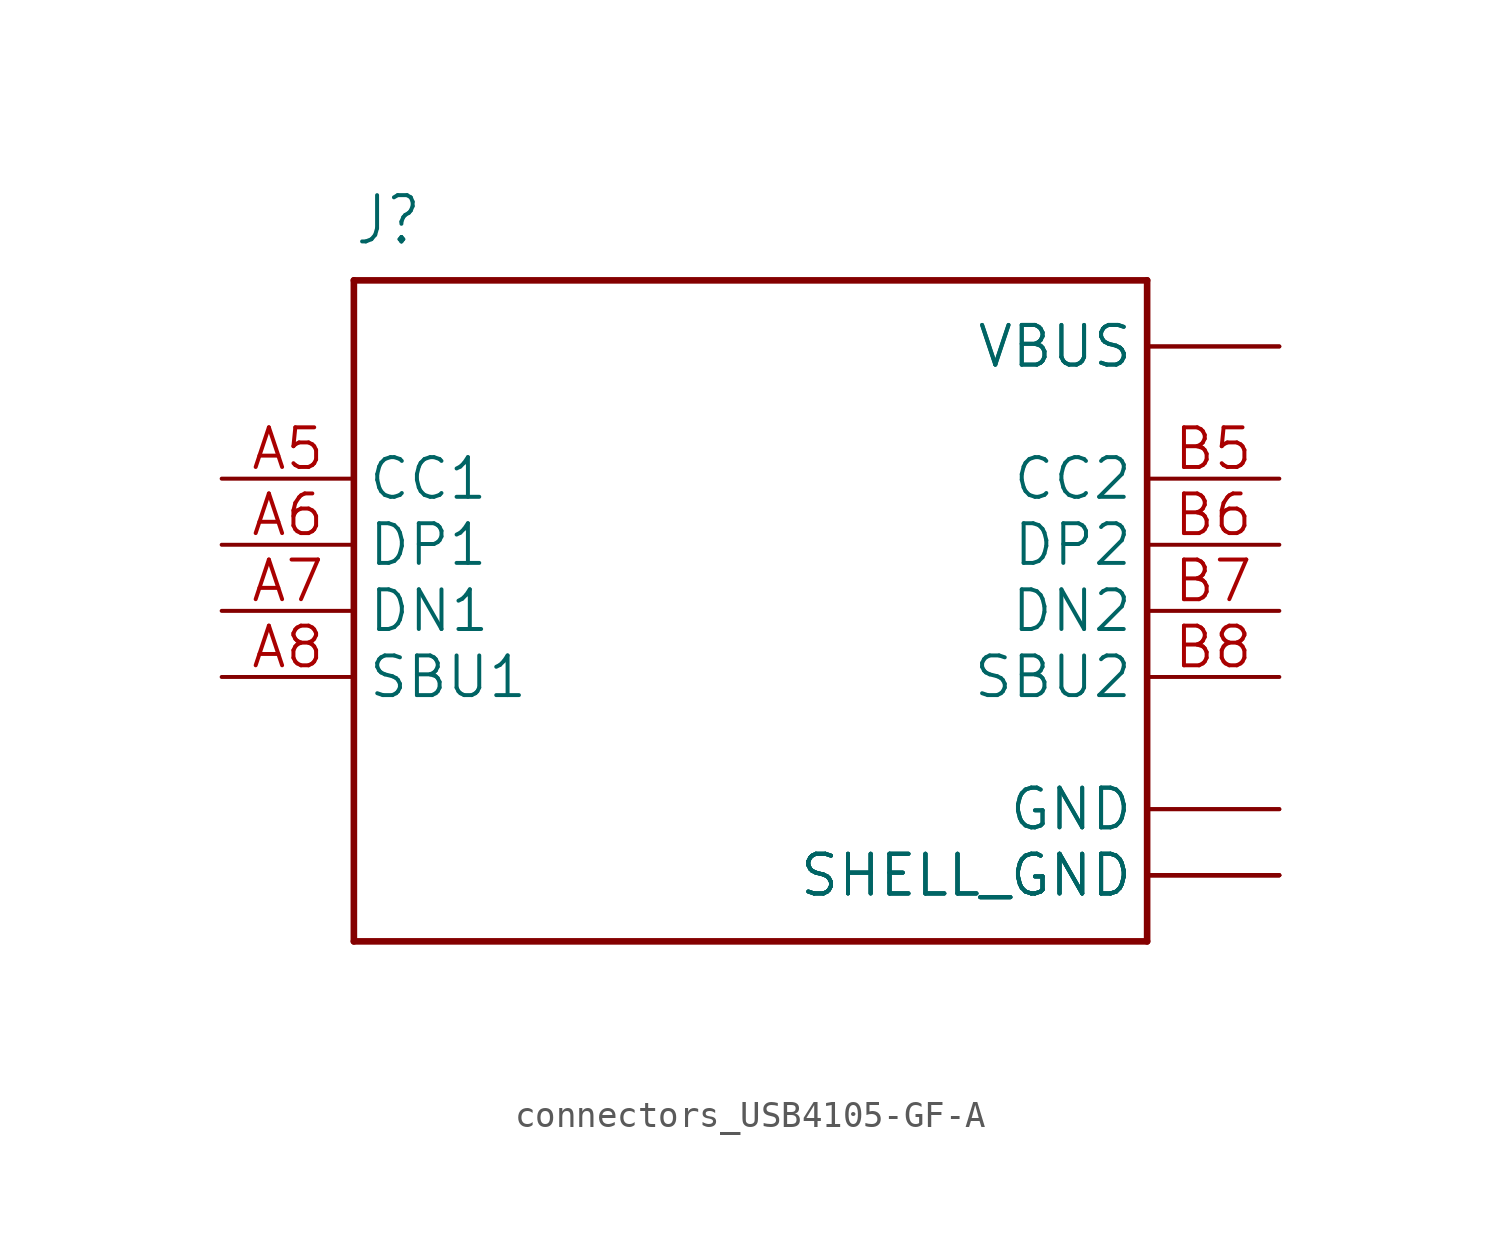
<source format=kicad_sym>
(kicad_symbol_lib
  (version 20241209)
  (generator "kicad_symbol_editor")
  (generator_version "9.0")
  (symbol "connectors_USB4105-GF-A"
    (property "Reference" "J"
      (at -15.24 13.97 0)
      (effects (font (size 1.778 1.511)) (justify left bottom)))
    (property "Value" ""
      (at -15.24 -15.24 0)
      (effects (font (size 1.778 1.511)) (justify left bottom)))
    (property "ki_locked" ""
      (at 0 0 0)
      (effects (font (size 1.27 1.27))))
    (symbol "connectors_USB4105-GF-A_1_0"
      (polyline (pts (xy -15.24 12.7) (xy 15.24 12.7)) (stroke (width 0.254) (type solid)) (fill (type none)))
      (polyline (pts (xy -15.24 -12.7) (xy -15.24 12.7)) (stroke (width 0.254) (type solid)) (fill (type none)))
      (polyline (pts (xy 15.24 12.7) (xy 15.24 -12.7)) (stroke (width 0.254) (type solid)) (fill (type none)))
      (polyline (pts (xy 15.24 -12.7) (xy -15.24 -12.7)) (stroke (width 0.254) (type solid)) (fill (type none)))
      (pin bidirectional line (at -20.32 5.08 0) (length 5.08) (name "CC1" (effects (font (size 1.524 1.524)))) (number "A5" (effects (font (size 1.524 1.524)))))
      (pin bidirectional line (at -20.32 2.54 0) (length 5.08) (name "DP1" (effects (font (size 1.524 1.524)))) (number "A6" (effects (font (size 1.524 1.524)))))
      (pin bidirectional line (at -20.32 0 0) (length 5.08) (name "DN1" (effects (font (size 1.524 1.524)))) (number "A7" (effects (font (size 1.524 1.524)))))
      (pin bidirectional line (at -20.32 -2.54 0) (length 5.08) (name "SBU1" (effects (font (size 1.524 1.524)))) (number "A8" (effects (font (size 1.524 1.524)))))
      (pin power_in line (at 20.32 10.16 180) (length 5.08) (name "VBUS" (effects (font (size 1.524 1.524)))) (number "A4_B9" (effects (font (size 0 0)))))
      (pin power_in line (at 20.32 10.16 180) (length 5.08) (name "VBUS" (effects (font (size 1.524 1.524)))) (number "B4_A9" (effects (font (size 0 0)))))
      (pin bidirectional line (at 20.32 5.08 180) (length 5.08) (name "CC2" (effects (font (size 1.524 1.524)))) (number "B5" (effects (font (size 1.524 1.524)))))
      (pin bidirectional line (at 20.32 2.54 180) (length 5.08) (name "DP2" (effects (font (size 1.524 1.524)))) (number "B6" (effects (font (size 1.524 1.524)))))
      (pin bidirectional line (at 20.32 0 180) (length 5.08) (name "DN2" (effects (font (size 1.524 1.524)))) (number "B7" (effects (font (size 1.524 1.524)))))
      (pin bidirectional line (at 20.32 -2.54 180) (length 5.08) (name "SBU2" (effects (font (size 1.524 1.524)))) (number "B8" (effects (font (size 1.524 1.524)))))
      (pin power_in line (at 20.32 -7.62 180) (length 5.08) (name "GND" (effects (font (size 1.524 1.524)))) (number "A1_B12" (effects (font (size 0 0)))))
      (pin power_in line (at 20.32 -7.62 180) (length 5.08) (name "GND" (effects (font (size 1.524 1.524)))) (number "B1_A12" (effects (font (size 0 0)))))
      (pin power_in line (at 20.32 -10.16 180) (length 5.08) (name "SHELL_GND" (effects (font (size 1.524 1.524)))) (number "S1" (effects (font (size 0 0)))))
      (pin power_in line (at 20.32 -10.16 180) (length 5.08) (name "SHELL_GND" (effects (font (size 1.524 1.524)))) (number "S2" (effects (font (size 0 0)))))
      (pin power_in line (at 20.32 -10.16 180) (length 5.08) (name "SHELL_GND" (effects (font (size 1.524 1.524)))) (number "S3" (effects (font (size 0 0)))))
      (pin power_in line (at 20.32 -10.16 180) (length 5.08) (name "SHELL_GND" (effects (font (size 1.524 1.524)))) (number "S4" (effects (font (size 0 0))))))))
</source>
